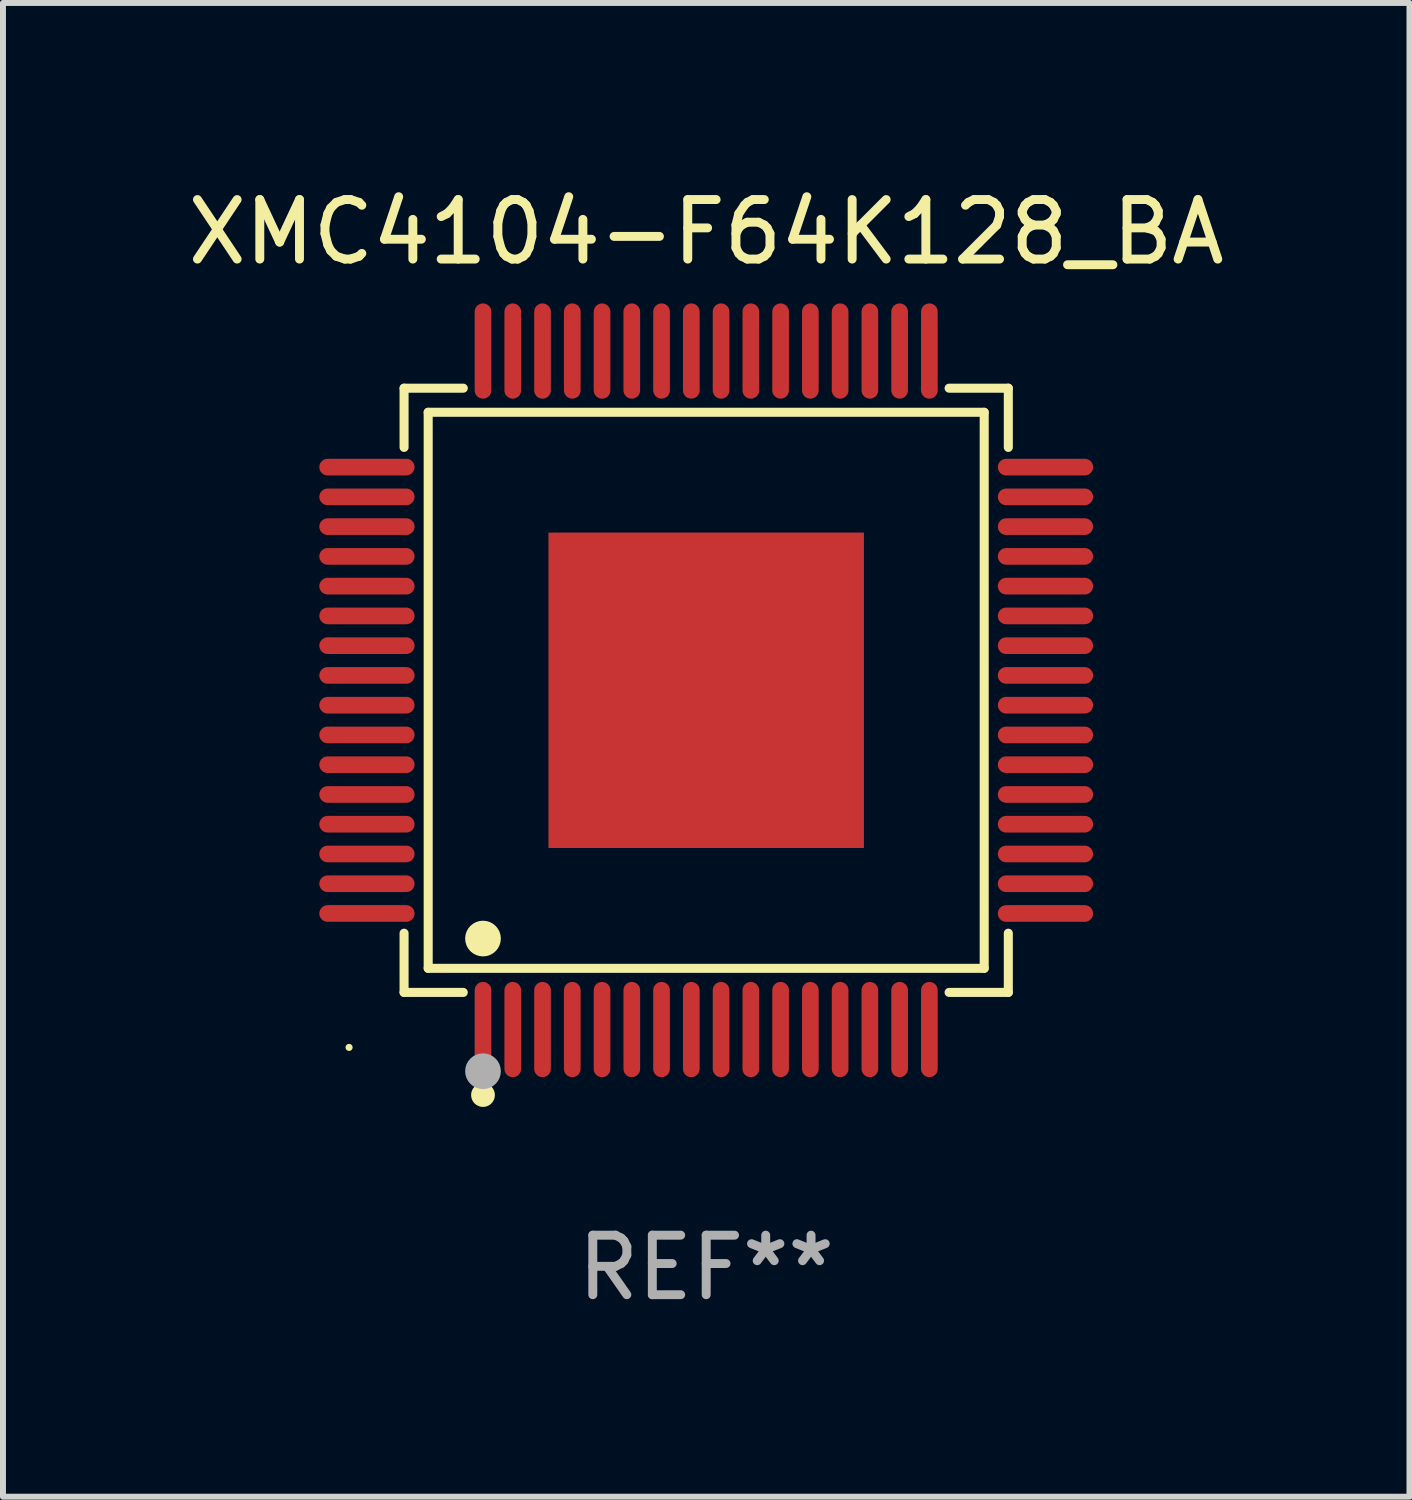
<source format=kicad_pcb>
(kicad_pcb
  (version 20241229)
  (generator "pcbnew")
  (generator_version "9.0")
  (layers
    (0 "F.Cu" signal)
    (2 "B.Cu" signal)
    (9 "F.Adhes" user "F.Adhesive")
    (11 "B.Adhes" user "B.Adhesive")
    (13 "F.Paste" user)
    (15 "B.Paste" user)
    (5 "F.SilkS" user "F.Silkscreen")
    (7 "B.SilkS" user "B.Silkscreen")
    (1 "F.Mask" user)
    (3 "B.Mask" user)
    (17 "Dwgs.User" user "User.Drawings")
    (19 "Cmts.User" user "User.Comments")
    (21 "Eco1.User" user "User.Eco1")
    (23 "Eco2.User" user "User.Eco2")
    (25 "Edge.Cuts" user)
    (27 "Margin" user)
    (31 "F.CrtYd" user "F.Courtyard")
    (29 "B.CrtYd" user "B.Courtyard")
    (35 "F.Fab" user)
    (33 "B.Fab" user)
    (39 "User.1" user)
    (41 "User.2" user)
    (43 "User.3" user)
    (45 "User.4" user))
  (footprint "XMC4104-F64K128_BA"
    (layer "F.Cu")
    (at 8.815 8.548)
    (property "Reference" "XMC4104-F64K128_BA" (at 0 -7.7 0) (layer "F.SilkS") (effects (font (size 1 1) (thickness 0.15))))
    (attr through_hole)
    (fp_line (start -5.076 -5.076) (end -4.081 -5.076) (stroke (width 0.152) (type solid)) (layer "F.SilkS"))
    (fp_line (start -5.076 -4.081) (end -5.076 -5.076) (stroke (width 0.152) (type solid)) (layer "F.SilkS"))
    (fp_line (start -5.076 4.081) (end -5.076 5.076) (stroke (width 0.152) (type solid)) (layer "F.SilkS"))
    (fp_line (start -5.076 5.076) (end -4.081 5.076) (stroke (width 0.152) (type solid)) (layer "F.SilkS"))
    (fp_line (start -4.671 -4.671) (end 4.671 -4.671) (stroke (width 0.152) (type solid)) (layer "F.SilkS"))
    (fp_line (start -4.671 4.671) (end -4.671 -4.671) (stroke (width 0.152) (type solid)) (layer "F.SilkS"))
    (fp_line (start 4.671 -4.671) (end 4.671 4.671) (stroke (width 0.152) (type solid)) (layer "F.SilkS"))
    (fp_line (start 4.671 4.671) (end -4.671 4.671) (stroke (width 0.152) (type solid)) (layer "F.SilkS"))
    (fp_line (start 5.076 -5.076) (end 4.081 -5.076) (stroke (width 0.152) (type solid)) (layer "F.SilkS"))
    (fp_line (start 5.076 -4.081) (end 5.076 -5.076) (stroke (width 0.152) (type solid)) (layer "F.SilkS"))
    (fp_line (start 5.076 4.081) (end 5.076 5.076) (stroke (width 0.152) (type solid)) (layer "F.SilkS"))
    (fp_line (start 5.076 5.076) (end 4.081 5.076) (stroke (width 0.152) (type solid)) (layer "F.SilkS"))
    (fp_circle (center -6 6) (end -5.97 6) (stroke (width 0.06) (type solid)) (fill no) (layer "F.SilkS"))
    (fp_circle (center -3.75 4.171) (end -3.6 4.171) (stroke (width 0.3) (type solid)) (fill no) (layer "F.SilkS"))
    (fp_circle (center -3.75 6.8) (end -3.65 6.8) (stroke (width 0.2) (type solid)) (fill no) (layer "F.SilkS"))
    (fp_circle (center -3.75 6.4) (end -3.6 6.4) (stroke (width 0.3) (type solid)) (fill no) (layer "F.Fab"))
    (fp_text user "REF**" (at 0 9.7 0) (layer "F.Fab") (effects (font (size 1 1) (thickness 0.15))))
    (pad "1" smd oval (at -3.75 5.7) (size 0.28 1.6) (layers "F.Cu" "F.Mask" "F.Paste"))
    (pad "2" smd oval (at -3.25 5.7) (size 0.28 1.6) (layers "F.Cu" "F.Mask" "F.Paste"))
    (pad "3" smd oval (at -2.75 5.7) (size 0.28 1.6) (layers "F.Cu" "F.Mask" "F.Paste"))
    (pad "4" smd oval (at -2.25 5.7) (size 0.28 1.6) (layers "F.Cu" "F.Mask" "F.Paste"))
    (pad "5" smd oval (at -1.75 5.7) (size 0.28 1.6) (layers "F.Cu" "F.Mask" "F.Paste"))
    (pad "6" smd oval (at -1.25 5.7) (size 0.28 1.6) (layers "F.Cu" "F.Mask" "F.Paste"))
    (pad "7" smd oval (at -0.75 5.7) (size 0.28 1.6) (layers "F.Cu" "F.Mask" "F.Paste"))
    (pad "8" smd oval (at -0.25 5.7) (size 0.28 1.6) (layers "F.Cu" "F.Mask" "F.Paste"))
    (pad "9" smd oval (at 0.25 5.7) (size 0.28 1.6) (layers "F.Cu" "F.Mask" "F.Paste"))
    (pad "10" smd oval (at 0.75 5.7) (size 0.28 1.6) (layers "F.Cu" "F.Mask" "F.Paste"))
    (pad "11" smd oval (at 1.25 5.7) (size 0.28 1.6) (layers "F.Cu" "F.Mask" "F.Paste"))
    (pad "12" smd oval (at 1.75 5.7) (size 0.28 1.6) (layers "F.Cu" "F.Mask" "F.Paste"))
    (pad "13" smd oval (at 2.25 5.7) (size 0.28 1.6) (layers "F.Cu" "F.Mask" "F.Paste"))
    (pad "14" smd oval (at 2.75 5.7) (size 0.28 1.6) (layers "F.Cu" "F.Mask" "F.Paste"))
    (pad "15" smd oval (at 3.25 5.7) (size 0.28 1.6) (layers "F.Cu" "F.Mask" "F.Paste"))
    (pad "16" smd oval (at 3.75 5.7) (size 0.28 1.6) (layers "F.Cu" "F.Mask" "F.Paste"))
    (pad "17" smd oval (at 5.7 3.75) (size 1.6 0.28) (layers "F.Cu" "F.Mask" "F.Paste"))
    (pad "18" smd oval (at 5.7 3.25) (size 1.6 0.28) (layers "F.Cu" "F.Mask" "F.Paste"))
    (pad "19" smd oval (at 5.7 2.75) (size 1.6 0.28) (layers "F.Cu" "F.Mask" "F.Paste"))
    (pad "20" smd oval (at 5.7 2.25) (size 1.6 0.28) (layers "F.Cu" "F.Mask" "F.Paste"))
    (pad "21" smd oval (at 5.7 1.75) (size 1.6 0.28) (layers "F.Cu" "F.Mask" "F.Paste"))
    (pad "22" smd oval (at 5.7 1.25) (size 1.6 0.28) (layers "F.Cu" "F.Mask" "F.Paste"))
    (pad "23" smd oval (at 5.7 0.75) (size 1.6 0.28) (layers "F.Cu" "F.Mask" "F.Paste"))
    (pad "24" smd oval (at 5.7 0.25) (size 1.6 0.28) (layers "F.Cu" "F.Mask" "F.Paste"))
    (pad "25" smd oval (at 5.7 -0.25) (size 1.6 0.28) (layers "F.Cu" "F.Mask" "F.Paste"))
    (pad "26" smd oval (at 5.7 -0.75) (size 1.6 0.28) (layers "F.Cu" "F.Mask" "F.Paste"))
    (pad "27" smd oval (at 5.7 -1.25) (size 1.6 0.28) (layers "F.Cu" "F.Mask" "F.Paste"))
    (pad "28" smd oval (at 5.7 -1.75) (size 1.6 0.28) (layers "F.Cu" "F.Mask" "F.Paste"))
    (pad "29" smd oval (at 5.7 -2.25) (size 1.6 0.28) (layers "F.Cu" "F.Mask" "F.Paste"))
    (pad "30" smd oval (at 5.7 -2.75) (size 1.6 0.28) (layers "F.Cu" "F.Mask" "F.Paste"))
    (pad "31" smd oval (at 5.7 -3.25) (size 1.6 0.28) (layers "F.Cu" "F.Mask" "F.Paste"))
    (pad "32" smd oval (at 5.7 -3.75) (size 1.6 0.28) (layers "F.Cu" "F.Mask" "F.Paste"))
    (pad "33" smd oval (at 3.75 -5.7) (size 0.28 1.6) (layers "F.Cu" "F.Mask" "F.Paste"))
    (pad "34" smd oval (at 3.25 -5.7) (size 0.28 1.6) (layers "F.Cu" "F.Mask" "F.Paste"))
    (pad "35" smd oval (at 2.75 -5.7) (size 0.28 1.6) (layers "F.Cu" "F.Mask" "F.Paste"))
    (pad "36" smd oval (at 2.25 -5.7) (size 0.28 1.6) (layers "F.Cu" "F.Mask" "F.Paste"))
    (pad "37" smd oval (at 1.75 -5.7) (size 0.28 1.6) (layers "F.Cu" "F.Mask" "F.Paste"))
    (pad "38" smd oval (at 1.25 -5.7) (size 0.28 1.6) (layers "F.Cu" "F.Mask" "F.Paste"))
    (pad "39" smd oval (at 0.75 -5.7) (size 0.28 1.6) (layers "F.Cu" "F.Mask" "F.Paste"))
    (pad "40" smd oval (at 0.25 -5.7) (size 0.28 1.6) (layers "F.Cu" "F.Mask" "F.Paste"))
    (pad "41" smd oval (at -0.25 -5.7) (size 0.28 1.6) (layers "F.Cu" "F.Mask" "F.Paste"))
    (pad "42" smd oval (at -0.75 -5.7) (size 0.28 1.6) (layers "F.Cu" "F.Mask" "F.Paste"))
    (pad "43" smd oval (at -1.25 -5.7) (size 0.28 1.6) (layers "F.Cu" "F.Mask" "F.Paste"))
    (pad "44" smd oval (at -1.75 -5.7) (size 0.28 1.6) (layers "F.Cu" "F.Mask" "F.Paste"))
    (pad "45" smd oval (at -2.25 -5.7) (size 0.28 1.6) (layers "F.Cu" "F.Mask" "F.Paste"))
    (pad "46" smd oval (at -2.75 -5.7) (size 0.28 1.6) (layers "F.Cu" "F.Mask" "F.Paste"))
    (pad "47" smd oval (at -3.25 -5.7) (size 0.28 1.6) (layers "F.Cu" "F.Mask" "F.Paste"))
    (pad "48" smd oval (at -3.75 -5.7) (size 0.28 1.6) (layers "F.Cu" "F.Mask" "F.Paste"))
    (pad "49" smd oval (at -5.7 -3.75) (size 1.6 0.28) (layers "F.Cu" "F.Mask" "F.Paste"))
    (pad "50" smd oval (at -5.7 -3.25) (size 1.6 0.28) (layers "F.Cu" "F.Mask" "F.Paste"))
    (pad "51" smd oval (at -5.7 -2.75) (size 1.6 0.28) (layers "F.Cu" "F.Mask" "F.Paste"))
    (pad "52" smd oval (at -5.7 -2.25) (size 1.6 0.28) (layers "F.Cu" "F.Mask" "F.Paste"))
    (pad "53" smd oval (at -5.7 -1.75) (size 1.6 0.28) (layers "F.Cu" "F.Mask" "F.Paste"))
    (pad "54" smd oval (at -5.7 -1.25) (size 1.6 0.28) (layers "F.Cu" "F.Mask" "F.Paste"))
    (pad "55" smd oval (at -5.7 -0.75) (size 1.6 0.28) (layers "F.Cu" "F.Mask" "F.Paste"))
    (pad "56" smd oval (at -5.7 -0.25) (size 1.6 0.28) (layers "F.Cu" "F.Mask" "F.Paste"))
    (pad "57" smd oval (at -5.7 0.25) (size 1.6 0.28) (layers "F.Cu" "F.Mask" "F.Paste"))
    (pad "58" smd oval (at -5.7 0.75) (size 1.6 0.28) (layers "F.Cu" "F.Mask" "F.Paste"))
    (pad "59" smd oval (at -5.7 1.25) (size 1.6 0.28) (layers "F.Cu" "F.Mask" "F.Paste"))
    (pad "60" smd oval (at -5.7 1.75) (size 1.6 0.28) (layers "F.Cu" "F.Mask" "F.Paste"))
    (pad "61" smd oval (at -5.7 2.25) (size 1.6 0.28) (layers "F.Cu" "F.Mask" "F.Paste"))
    (pad "62" smd oval (at -5.7 2.75) (size 1.6 0.28) (layers "F.Cu" "F.Mask" "F.Paste"))
    (pad "63" smd oval (at -5.7 3.25) (size 1.6 0.28) (layers "F.Cu" "F.Mask" "F.Paste"))
    (pad "64" smd oval (at -5.7 3.75) (size 1.6 0.28) (layers "F.Cu" "F.Mask" "F.Paste"))
    (pad "65" smd rect (at 0 0) (size 5.3 5.3) (layers "F.Cu" "F.Mask" "F.Paste")))
  (gr_rect
    (start -3 -3)
    (end 20.631 22.097)
    (stroke (width 0.1) (type default))
    (fill no)
    (layer "Edge.Cuts")))
</source>
